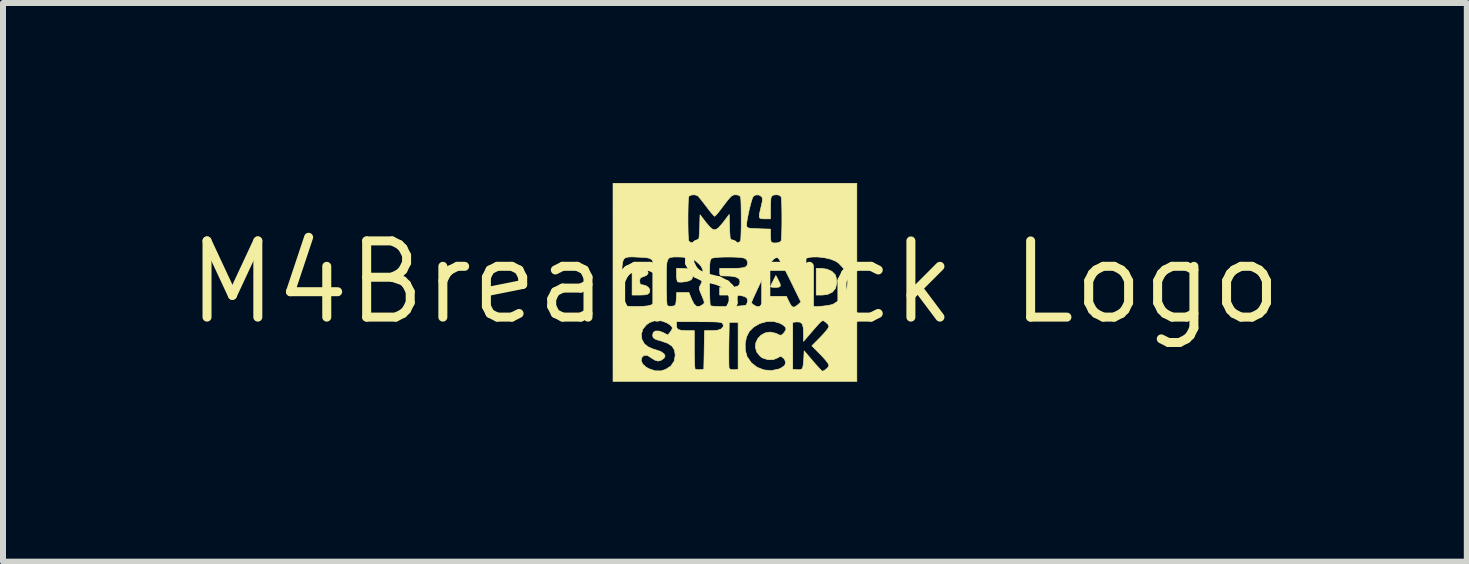
<source format=kicad_pcb>
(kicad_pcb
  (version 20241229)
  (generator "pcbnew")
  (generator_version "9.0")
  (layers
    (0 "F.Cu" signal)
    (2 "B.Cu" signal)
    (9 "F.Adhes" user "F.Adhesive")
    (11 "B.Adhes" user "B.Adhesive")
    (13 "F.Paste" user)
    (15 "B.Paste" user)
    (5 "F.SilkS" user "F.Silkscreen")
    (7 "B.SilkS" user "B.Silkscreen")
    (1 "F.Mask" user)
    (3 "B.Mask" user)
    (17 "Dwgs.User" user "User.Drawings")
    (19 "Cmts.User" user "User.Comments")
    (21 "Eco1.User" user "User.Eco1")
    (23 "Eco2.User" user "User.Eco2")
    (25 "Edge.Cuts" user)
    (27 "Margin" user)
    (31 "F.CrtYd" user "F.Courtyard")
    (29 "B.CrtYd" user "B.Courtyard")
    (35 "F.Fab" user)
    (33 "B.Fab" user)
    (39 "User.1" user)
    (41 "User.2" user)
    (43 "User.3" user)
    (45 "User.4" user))
  (footprint "M4BreadStick Logo"
    (layer "F.Cu")
    (at 9.2 1.656)
    (property "Reference" "M4BreadStick Logo" (at 0 0 0) (layer "F.SilkS") (effects (font (size 1.27 1.27) (thickness 0.15))))
    (attr through_hole)
    (fp_poly (pts (xy 0.721 -0.041) (xy 0.753 0.025) (xy 0.757 0.063) (xy 0.732 0.08) (xy 0.677 0.085) (xy 0.624 0.082) (xy 0.595 0.076) (xy 0.593 0.073) (xy 0.601 0.049) (xy 0.624 0.001) (xy 0.638 -0.026) (xy 0.682 -0.114) (xy 0.721 -0.041)) (stroke (width 0.01) (type solid)) (fill yes) (layer "F.SilkS"))
    (fp_poly (pts (xy 1.536 -0.219) (xy 1.617 -0.182) (xy 1.671 -0.128) (xy 1.674 -0.124) (xy 1.689 -0.073) (xy 1.697 -0.006) (xy 1.697 0.008) (xy 1.678 0.098) (xy 1.625 0.163) (xy 1.543 0.202) (xy 1.46 0.212) (xy 1.355 0.212) (xy 1.355 -0.233) (xy 1.44 -0.233) (xy 1.536 -0.219)) (stroke (width 0.01) (type solid)) (fill yes) (layer "F.SilkS"))
    (fp_poly (pts (xy -0.791 -0.225) (xy -0.741 -0.201) (xy -0.734 -0.194) (xy -0.703 -0.137) (xy -0.705 -0.079) (xy -0.73 -0.042) (xy -0.77 -0.024) (xy -0.829 -0.01) (xy -0.892 -0.003) (xy -0.941 -0.005) (xy -0.958 -0.012) (xy -0.967 -0.041) (xy -0.973 -0.097) (xy -0.974 -0.131) (xy -0.974 -0.233) (xy -0.871 -0.233) (xy -0.791 -0.225)) (stroke (width 0.01) (type solid)) (fill yes) (layer "F.SilkS"))
    (fp_poly (pts (xy -1.512 -0.224) (xy -1.46 -0.2) (xy -1.447 -0.16) (xy -1.451 -0.142) (xy -1.48 -0.113) (xy -1.526 -0.095) (xy -1.571 -0.077) (xy -1.587 -0.042) (xy -1.587 -0.019) (xy -1.581 0.025) (xy -1.556 0.041) (xy -1.536 0.042) (xy -1.485 0.055) (xy -1.441 0.086) (xy -1.418 0.122) (xy -1.418 0.127) (xy -1.425 0.171) (xy -1.452 0.197) (xy -1.507 0.209) (xy -1.579 0.212) (xy -1.714 0.212) (xy -1.714 -0.233) (xy -1.601 -0.233) (xy -1.512 -0.224)) (stroke (width 0.01) (type solid)) (fill yes) (layer "F.SilkS"))
    (fp_poly (pts (xy 2.032 1.651) (xy -2.032 1.651) (xy -2.032 1.305) (xy -1.563 1.305) (xy -1.538 1.361) (xy -1.482 1.413) (xy -1.434 1.44) (xy -1.329 1.475) (xy -1.233 1.476) (xy -1.156 1.452) (xy -1.068 1.395) (xy -1.013 1.314) (xy -0.995 1.215) (xy -1.007 1.13) (xy -1.047 1.065) (xy -1.119 1.016) (xy -1.228 0.978) (xy -1.302 0.957) (xy -1.344 0.938) (xy -1.365 0.915) (xy -1.372 0.884) (xy -1.362 0.835) (xy -1.323 0.811) (xy -1.263 0.812) (xy -1.193 0.839) (xy -1.119 0.878) (xy -1.077 0.828) (xy -1.05 0.785) (xy -1.043 0.755) (xy -1.043 0.755) (xy -1.073 0.716) (xy -1.13 0.678) (xy -1.185 0.656) (xy -0.974 0.656) (xy -0.974 0.717) (xy -0.968 0.76) (xy -0.944 0.786) (xy -0.896 0.8) (xy -0.816 0.804) (xy -0.792 0.804) (xy -0.677 0.804) (xy -0.677 1.118) (xy -0.676 1.23) (xy -0.674 1.326) (xy -0.67 1.399) (xy -0.665 1.441) (xy -0.662 1.447) (xy -0.632 1.456) (xy -0.583 1.456) (xy -0.519 1.45) (xy -0.513 1.159) (xy -0.102 1.159) (xy -0.102 1.267) (xy -0.101 1.355) (xy -0.099 1.413) (xy -0.096 1.435) (xy -0.067 1.455) (xy -0.016 1.457) (xy 0.053 1.45) (xy 0.053 1.017) (xy 0.171 1.017) (xy 0.173 1.131) (xy 0.2 1.233) (xy 0.202 1.237) (xy 0.273 1.341) (xy 0.37 1.416) (xy 0.484 1.46) (xy 0.607 1.471) (xy 0.732 1.445) (xy 0.768 1.429) (xy 0.828 1.387) (xy 0.847 1.336) (xy 0.826 1.282) (xy 0.806 1.261) (xy 0.772 1.236) (xy 0.743 1.24) (xy 0.716 1.257) (xy 0.64 1.288) (xy 0.55 1.289) (xy 0.465 1.263) (xy 0.426 1.237) (xy 0.366 1.165) (xy 0.341 1.087) (xy 0.348 1.009) (xy 0.381 0.938) (xy 0.436 0.88) (xy 0.507 0.842) (xy 0.59 0.829) (xy 0.681 0.849) (xy 0.704 0.86) (xy 0.75 0.881) (xy 0.779 0.878) (xy 0.811 0.847) (xy 0.82 0.837) (xy 0.85 0.791) (xy 0.847 0.753) (xy 0.809 0.716) (xy 0.753 0.683) (xy 0.698 0.667) (xy 0.963 0.667) (xy 0.963 1.45) (xy 1.042 1.456) (xy 1.086 1.457) (xy 1.114 1.446) (xy 1.132 1.414) (xy 1.141 1.356) (xy 1.148 1.263) (xy 1.148 1.254) (xy 1.154 1.142) (xy 1.299 1.312) (xy 1.36 1.382) (xy 1.411 1.438) (xy 1.446 1.473) (xy 1.458 1.482) (xy 1.484 1.471) (xy 1.519 1.449) (xy 1.555 1.412) (xy 1.566 1.38) (xy 1.552 1.351) (xy 1.514 1.3) (xy 1.459 1.238) (xy 1.424 1.202) (xy 1.282 1.058) (xy 1.424 0.915) (xy 1.486 0.849) (xy 1.534 0.791) (xy 1.562 0.749) (xy 1.566 0.735) (xy 1.55 0.699) (xy 1.511 0.663) (xy 1.489 0.648) (xy 1.473 0.639) (xy 1.456 0.641) (xy 1.433 0.656) (xy 1.4 0.689) (xy 1.351 0.744) (xy 1.28 0.825) (xy 1.244 0.868) (xy 1.143 0.984) (xy 1.143 0.844) (xy 1.138 0.75) (xy 1.121 0.692) (xy 1.087 0.664) (xy 1.033 0.659) (xy 1.023 0.66) (xy 0.963 0.667) (xy 0.698 0.667) (xy 0.649 0.652) (xy 0.533 0.653) (xy 0.418 0.685) (xy 0.314 0.744) (xy 0.24 0.817) (xy 0.194 0.907) (xy 0.171 1.017) (xy 0.053 1.017) (xy 0.053 0.667) (xy -0.095 0.667) (xy -0.101 1.036) (xy -0.102 1.159) (xy -0.513 1.159) (xy -0.513 1.127) (xy -0.507 0.804) (xy -0.382 0.804) (xy -0.289 0.798) (xy -0.233 0.779) (xy -0.224 0.771) (xy -0.197 0.741) (xy -0.193 0.719) (xy -0.203 0.69) (xy -0.213 0.678) (xy -0.235 0.669) (xy -0.276 0.663) (xy -0.34 0.659) (xy -0.435 0.657) (xy -0.564 0.656) (xy -0.595 0.656) (xy -0.974 0.656) (xy -1.185 0.656) (xy -1.199 0.65) (xy -1.232 0.642) (xy -1.335 0.639) (xy -1.423 0.67) (xy -1.478 0.71) (xy -1.536 0.782) (xy -1.56 0.866) (xy -1.551 0.95) (xy -1.51 1.025) (xy -1.443 1.077) (xy -1.373 1.108) (xy -1.304 1.13) (xy -1.296 1.132) (xy -1.232 1.155) (xy -1.184 1.19) (xy -1.164 1.227) (xy -1.164 1.228) (xy -1.182 1.264) (xy -1.225 1.296) (xy -1.275 1.312) (xy -1.28 1.312) (xy -1.329 1.299) (xy -1.385 1.266) (xy -1.395 1.258) (xy -1.461 1.217) (xy -1.514 1.217) (xy -1.552 1.252) (xy -1.563 1.305) (xy -2.032 1.305) (xy -2.032 -0.029) (xy -1.884 -0.029) (xy -1.884 -0.003) (xy -1.883 0.119) (xy -1.881 0.227) (xy -1.878 0.312) (xy -1.874 0.368) (xy -1.87 0.388) (xy -1.844 0.394) (xy -1.785 0.399) (xy -1.704 0.402) (xy -1.645 0.402) (xy -1.532 0.4) (xy -1.453 0.392) (xy -1.399 0.378) (xy -1.377 0.368) (xy -1.302 0.301) (xy -1.259 0.214) (xy -1.252 0.116) (xy -1.281 0.02) (xy -1.289 -0.003) (xy -1.143 -0.003) (xy -1.142 0.12) (xy -1.14 0.227) (xy -1.137 0.312) (xy -1.132 0.369) (xy -1.128 0.389) (xy -1.098 0.398) (xy -1.049 0.398) (xy -1.011 0.392) (xy -0.991 0.374) (xy -0.982 0.335) (xy -0.978 0.28) (xy -0.971 0.169) (xy -0.767 0.169) (xy -0.72 0.286) (xy -0.68 0.363) (xy -0.637 0.401) (xy -0.588 0.4) (xy -0.539 0.373) (xy -0.518 0.355) (xy -0.511 0.334) (xy -0.52 0.3) (xy -0.544 0.24) (xy -0.553 0.219) (xy -0.581 0.151) (xy -0.594 0.108) (xy -0.591 0.077) (xy -0.575 0.044) (xy -0.568 0.032) (xy -0.555 -0.003) (xy -0.423 -0.003) (xy -0.423 0.119) (xy -0.42 0.227) (xy -0.417 0.312) (xy -0.413 0.368) (xy -0.409 0.388) (xy -0.381 0.396) (xy -0.319 0.401) (xy -0.236 0.403) (xy -0.14 0.403) (xy -0.041 0.401) (xy 0.051 0.396) (xy 0.126 0.39) (xy 0.175 0.382) (xy 0.186 0.377) (xy 0.206 0.339) (xy 0.275 0.339) (xy 0.292 0.361) (xy 0.333 0.389) (xy 0.333 0.389) (xy 0.378 0.408) (xy 0.408 0.403) (xy 0.427 0.388) (xy 0.46 0.346) (xy 0.487 0.295) (xy 0.502 0.264) (xy 0.52 0.246) (xy 0.552 0.237) (xy 0.608 0.233) (xy 0.686 0.233) (xy 0.858 0.233) (xy 0.9 0.322) (xy 0.936 0.387) (xy 0.968 0.414) (xy 1.005 0.407) (xy 1.045 0.377) (xy 1.1 0.328) (xy 0.923 -0.034) (xy 0.866 -0.148) (xy 0.814 -0.249) (xy 0.769 -0.329) (xy 0.736 -0.384) (xy 0.722 -0.401) (xy 1.185 -0.401) (xy 1.185 -0.014) (xy 1.186 0.11) (xy 1.188 0.219) (xy 1.191 0.307) (xy 1.195 0.365) (xy 1.199 0.388) (xy 1.233 0.399) (xy 1.297 0.404) (xy 1.379 0.403) (xy 1.468 0.396) (xy 1.551 0.386) (xy 1.618 0.371) (xy 1.641 0.362) (xy 1.747 0.294) (xy 1.822 0.204) (xy 1.866 0.099) (xy 1.88 -0.014) (xy 1.863 -0.125) (xy 1.813 -0.229) (xy 1.731 -0.317) (xy 1.682 -0.351) (xy 1.6 -0.385) (xy 1.494 -0.41) (xy 1.382 -0.423) (xy 1.282 -0.422) (xy 1.241 -0.415) (xy 1.185 -0.401) (xy 0.722 -0.401) (xy 0.718 -0.407) (xy 0.717 -0.407) (xy 0.687 -0.411) (xy 0.656 -0.396) (xy 0.621 -0.36) (xy 0.58 -0.298) (xy 0.53 -0.206) (xy 0.467 -0.081) (xy 0.442 -0.029) (xy 0.389 0.083) (xy 0.343 0.182) (xy 0.306 0.262) (xy 0.283 0.317) (xy 0.275 0.339) (xy 0.206 0.339) (xy 0.207 0.336) (xy 0.212 0.302) (xy 0.201 0.264) (xy 0.164 0.237) (xy 0.098 0.22) (xy -0.002 0.213) (xy -0.075 0.212) (xy -0.254 0.212) (xy -0.254 0.085) (xy -0.11 0.085) (xy -0.016 0.08) (xy 0.044 0.065) (xy 0.075 0.036) (xy 0.085 -0.012) (xy 0.085 -0.015) (xy 0.068 -0.06) (xy 0.016 -0.089) (xy -0.072 -0.104) (xy -0.139 -0.106) (xy -0.205 -0.107) (xy -0.239 -0.114) (xy -0.252 -0.133) (xy -0.254 -0.169) (xy -0.254 -0.233) (xy -0.047 -0.233) (xy 0.063 -0.235) (xy 0.137 -0.243) (xy 0.182 -0.259) (xy 0.205 -0.287) (xy 0.212 -0.327) (xy 0.212 -0.333) (xy 0.194 -0.38) (xy 0.157 -0.403) (xy 0.109 -0.413) (xy 0.033 -0.419) (xy -0.061 -0.422) (xy -0.16 -0.422) (xy -0.254 -0.419) (xy -0.33 -0.413) (xy -0.378 -0.404) (xy -0.382 -0.401) (xy -0.397 -0.391) (xy -0.408 -0.373) (xy -0.415 -0.343) (xy -0.42 -0.293) (xy -0.422 -0.217) (xy -0.423 -0.11) (xy -0.423 -0.003) (xy -0.555 -0.003) (xy -0.541 -0.04) (xy -0.529 -0.128) (xy -0.529 -0.133) (xy -0.535 -0.205) (xy -0.558 -0.259) (xy -0.598 -0.308) (xy -0.667 -0.366) (xy -0.753 -0.402) (xy -0.866 -0.42) (xy -0.949 -0.423) (xy -1.015 -0.423) (xy -1.064 -0.418) (xy -1.099 -0.404) (xy -1.121 -0.374) (xy -1.135 -0.323) (xy -1.141 -0.246) (xy -1.143 -0.137) (xy -1.143 -0.003) (xy -1.289 -0.003) (xy -1.301 -0.038) (xy -1.292 -0.083) (xy -1.269 -0.167) (xy -1.288 -0.253) (xy -1.341 -0.332) (xy -1.377 -0.369) (xy -1.408 -0.393) (xy -1.447 -0.406) (xy -1.504 -0.414) (xy -1.591 -0.419) (xy -1.603 -0.419) (xy -1.698 -0.424) (xy -1.768 -0.423) (xy -1.819 -0.413) (xy -1.852 -0.388) (xy -1.871 -0.342) (xy -1.881 -0.27) (xy -1.884 -0.168) (xy -1.884 -0.029) (xy -2.032 -0.029) (xy -2.032 -1.018) (xy -0.783 -1.018) (xy -0.782 -0.909) (xy -0.78 -0.813) (xy -0.776 -0.739) (xy -0.772 -0.695) (xy -0.77 -0.69) (xy -0.739 -0.664) (xy -0.686 -0.656) (xy -0.634 -0.663) (xy -0.609 -0.687) (xy -0.604 -0.704) (xy -0.598 -0.746) (xy -0.593 -0.818) (xy -0.588 -0.906) (xy -0.587 -0.939) (xy -0.582 -1.127) (xy -0.481 -0.996) (xy -0.417 -0.921) (xy -0.367 -0.881) (xy -0.321 -0.878) (xy -0.272 -0.91) (xy -0.212 -0.979) (xy -0.191 -1.005) (xy -0.095 -1.132) (xy -0.09 -0.942) (xy -0.086 -0.827) (xy -0.08 -0.748) (xy -0.07 -0.698) (xy -0.054 -0.67) (xy -0.028 -0.659) (xy 0.008 -0.656) (xy 0.009 -0.656) (xy 0.068 -0.666) (xy 0.093 -0.69) (xy 0.098 -0.723) (xy 0.101 -0.79) (xy 0.104 -0.881) (xy 0.105 -0.95) (xy 0.194 -0.95) (xy 0.2 -0.926) (xy 0.214 -0.911) (xy 0.245 -0.902) (xy 0.302 -0.897) (xy 0.392 -0.894) (xy 0.397 -0.893) (xy 0.593 -0.887) (xy 0.593 -0.786) (xy 0.595 -0.723) (xy 0.602 -0.68) (xy 0.607 -0.67) (xy 0.643 -0.656) (xy 0.696 -0.657) (xy 0.745 -0.669) (xy 0.77 -0.69) (xy 0.775 -0.723) (xy 0.779 -0.79) (xy 0.781 -0.881) (xy 0.783 -0.987) (xy 0.783 -1.099) (xy 0.782 -1.207) (xy 0.78 -1.303) (xy 0.776 -1.378) (xy 0.772 -1.422) (xy 0.77 -1.427) (xy 0.741 -1.452) (xy 0.692 -1.461) (xy 0.641 -1.454) (xy 0.608 -1.432) (xy 0.606 -1.427) (xy 0.599 -1.391) (xy 0.595 -1.325) (xy 0.593 -1.243) (xy 0.593 -1.226) (xy 0.593 -1.058) (xy 0.497 -1.058) (xy 0.447 -1.06) (xy 0.417 -1.069) (xy 0.405 -1.094) (xy 0.409 -1.142) (xy 0.427 -1.22) (xy 0.436 -1.26) (xy 0.454 -1.339) (xy 0.459 -1.389) (xy 0.451 -1.42) (xy 0.444 -1.429) (xy 0.401 -1.456) (xy 0.348 -1.457) (xy 0.307 -1.434) (xy 0.3 -1.423) (xy 0.282 -1.377) (xy 0.261 -1.303) (xy 0.239 -1.214) (xy 0.219 -1.122) (xy 0.203 -1.038) (xy 0.194 -0.975) (xy 0.194 -0.95) (xy 0.105 -0.95) (xy 0.105 -0.987) (xy 0.105 -1.099) (xy 0.104 -1.207) (xy 0.102 -1.303) (xy 0.099 -1.378) (xy 0.094 -1.422) (xy 0.093 -1.427) (xy 0.062 -1.453) (xy 0.013 -1.46) (xy -0.02 -1.457) (xy -0.051 -1.443) (xy -0.085 -1.411) (xy -0.131 -1.356) (xy -0.188 -1.281) (xy -0.244 -1.207) (xy -0.292 -1.147) (xy -0.326 -1.11) (xy -0.338 -1.101) (xy -0.357 -1.117) (xy -0.395 -1.159) (xy -0.445 -1.222) (xy -0.477 -1.265) (xy -0.533 -1.337) (xy -0.58 -1.397) (xy -0.613 -1.435) (xy -0.623 -1.444) (xy -0.669 -1.459) (xy -0.721 -1.457) (xy -0.762 -1.439) (xy -0.77 -1.427) (xy -0.775 -1.393) (xy -0.779 -1.326) (xy -0.781 -1.235) (xy -0.783 -1.129) (xy -0.783 -1.018) (xy -2.032 -1.018) (xy -2.032 -1.651) (xy 2.032 -1.651) (xy 2.032 1.651)) (stroke (width 0.01) (type solid)) (fill yes) (layer "F.SilkS")))
  (gr_rect
    (start -3 -3)
    (end 21.399 6.312)
    (stroke (width 0.1) (type default))
    (fill no)
    (layer "Edge.Cuts")))
</source>
